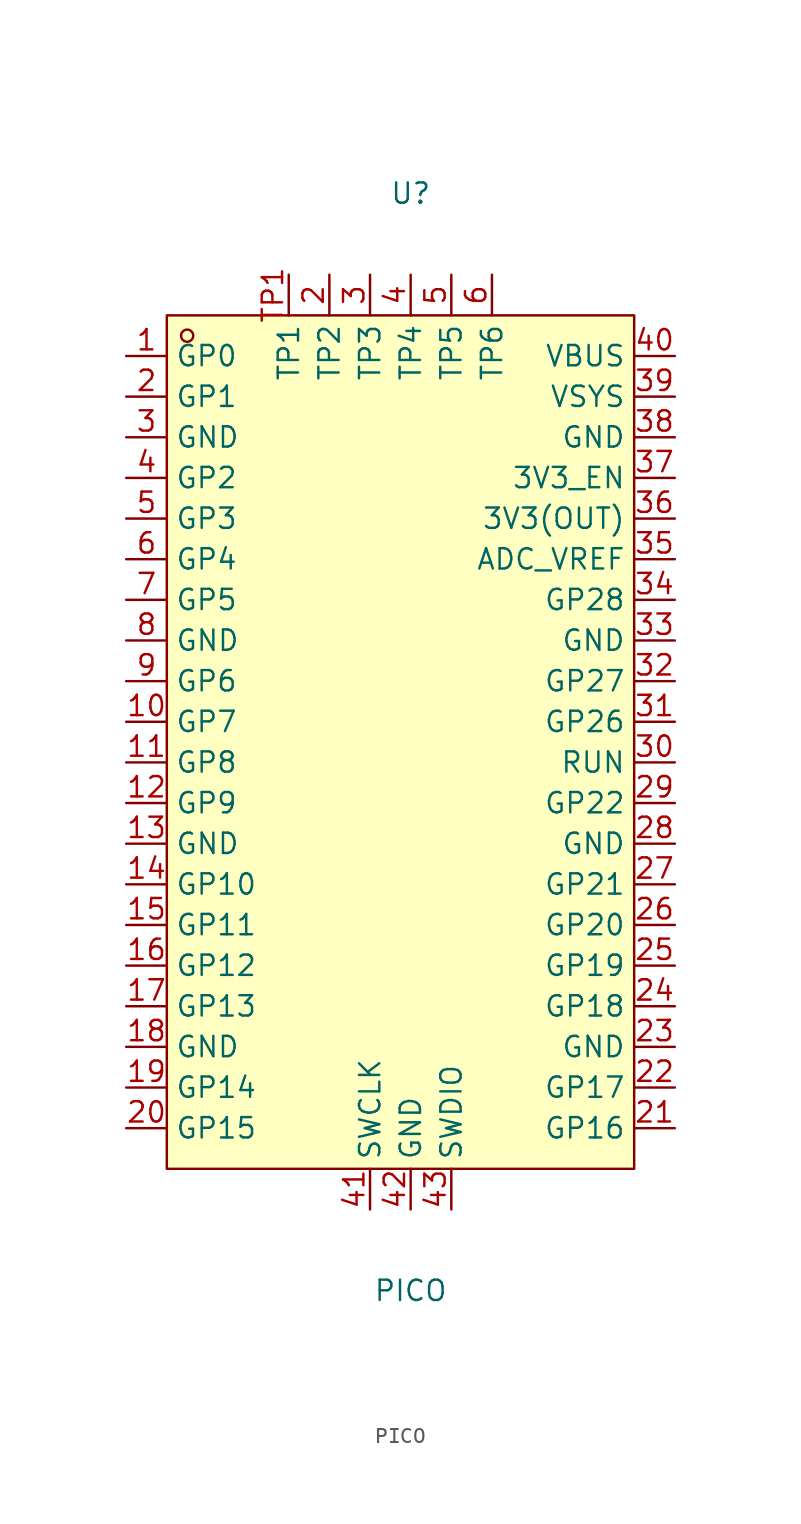
<source format=kicad_sym>
(kicad_symbol_lib
  (version 20211014)
  (generator https://github.com/uPesy/easyeda2kicad.py)
  (symbol "PICO"
    (property "Reference" "U"
      (at 0 34.29 0)
      (effects (font (size 1.27 1.27))))
    (property "Value" "PICO"
      (at 0 -34.29 0)
      (effects (font (size 1.27 1.27))))
    (symbol "PICO_0_1"
      (rectangle (start -15.24 26.67) (end 13.97 -26.67) (stroke (width 0) (type default) (color 0 0 0 0)) (fill (type background)))
      (circle (center -13.97 25.40) (radius 0.38) (stroke (width 0) (type default) (color 0 0 0 0)) (fill (type none)))
      (pin unspecified line (at -17.78 24.13 0) (length 2.54) (name "GP0" (effects (font (size 1.27 1.27)))) (number "1" (effects (font (size 1.27 1.27)))))
      (pin unspecified line (at -17.78 21.59 0) (length 2.54) (name "GP1" (effects (font (size 1.27 1.27)))) (number "2" (effects (font (size 1.27 1.27)))))
      (pin unspecified line (at -17.78 19.05 0) (length 2.54) (name "GND" (effects (font (size 1.27 1.27)))) (number "3" (effects (font (size 1.27 1.27)))))
      (pin unspecified line (at -17.78 16.51 0) (length 2.54) (name "GP2" (effects (font (size 1.27 1.27)))) (number "4" (effects (font (size 1.27 1.27)))))
      (pin unspecified line (at -17.78 13.97 0) (length 2.54) (name "GP3" (effects (font (size 1.27 1.27)))) (number "5" (effects (font (size 1.27 1.27)))))
      (pin unspecified line (at -17.78 11.43 0) (length 2.54) (name "GP4" (effects (font (size 1.27 1.27)))) (number "6" (effects (font (size 1.27 1.27)))))
      (pin unspecified line (at -17.78 8.89 0) (length 2.54) (name "GP5" (effects (font (size 1.27 1.27)))) (number "7" (effects (font (size 1.27 1.27)))))
      (pin unspecified line (at -17.78 6.35 0) (length 2.54) (name "GND" (effects (font (size 1.27 1.27)))) (number "8" (effects (font (size 1.27 1.27)))))
      (pin unspecified line (at -17.78 3.81 0) (length 2.54) (name "GP6" (effects (font (size 1.27 1.27)))) (number "9" (effects (font (size 1.27 1.27)))))
      (pin unspecified line (at -17.78 1.27 0) (length 2.54) (name "GP7" (effects (font (size 1.27 1.27)))) (number "10" (effects (font (size 1.27 1.27)))))
      (pin unspecified line (at -17.78 -1.27 0) (length 2.54) (name "GP8" (effects (font (size 1.27 1.27)))) (number "11" (effects (font (size 1.27 1.27)))))
      (pin unspecified line (at -17.78 -3.81 0) (length 2.54) (name "GP9" (effects (font (size 1.27 1.27)))) (number "12" (effects (font (size 1.27 1.27)))))
      (pin unspecified line (at -17.78 -6.35 0) (length 2.54) (name "GND" (effects (font (size 1.27 1.27)))) (number "13" (effects (font (size 1.27 1.27)))))
      (pin unspecified line (at -17.78 -8.89 0) (length 2.54) (name "GP10" (effects (font (size 1.27 1.27)))) (number "14" (effects (font (size 1.27 1.27)))))
      (pin unspecified line (at -17.78 -11.43 0) (length 2.54) (name "GP11" (effects (font (size 1.27 1.27)))) (number "15" (effects (font (size 1.27 1.27)))))
      (pin unspecified line (at -17.78 -13.97 0) (length 2.54) (name "GP12" (effects (font (size 1.27 1.27)))) (number "16" (effects (font (size 1.27 1.27)))))
      (pin unspecified line (at -17.78 -16.51 0) (length 2.54) (name "GP13" (effects (font (size 1.27 1.27)))) (number "17" (effects (font (size 1.27 1.27)))))
      (pin unspecified line (at -17.78 -19.05 0) (length 2.54) (name "GND" (effects (font (size 1.27 1.27)))) (number "18" (effects (font (size 1.27 1.27)))))
      (pin unspecified line (at -17.78 -21.59 0) (length 2.54) (name "GP14" (effects (font (size 1.27 1.27)))) (number "19" (effects (font (size 1.27 1.27)))))
      (pin unspecified line (at -17.78 -24.13 0) (length 2.54) (name "GP15" (effects (font (size 1.27 1.27)))) (number "20" (effects (font (size 1.27 1.27)))))
      (pin unspecified line (at 16.51 -24.13 180) (length 2.54) (name "GP16" (effects (font (size 1.27 1.27)))) (number "21" (effects (font (size 1.27 1.27)))))
      (pin unspecified line (at 16.51 -21.59 180) (length 2.54) (name "GP17" (effects (font (size 1.27 1.27)))) (number "22" (effects (font (size 1.27 1.27)))))
      (pin unspecified line (at 16.51 -19.05 180) (length 2.54) (name "GND" (effects (font (size 1.27 1.27)))) (number "23" (effects (font (size 1.27 1.27)))))
      (pin unspecified line (at 16.51 -16.51 180) (length 2.54) (name "GP18" (effects (font (size 1.27 1.27)))) (number "24" (effects (font (size 1.27 1.27)))))
      (pin unspecified line (at 16.51 -13.97 180) (length 2.54) (name "GP19" (effects (font (size 1.27 1.27)))) (number "25" (effects (font (size 1.27 1.27)))))
      (pin unspecified line (at 16.51 -11.43 180) (length 2.54) (name "GP20" (effects (font (size 1.27 1.27)))) (number "26" (effects (font (size 1.27 1.27)))))
      (pin unspecified line (at 16.51 -8.89 180) (length 2.54) (name "GP21" (effects (font (size 1.27 1.27)))) (number "27" (effects (font (size 1.27 1.27)))))
      (pin unspecified line (at 16.51 -6.35 180) (length 2.54) (name "GND" (effects (font (size 1.27 1.27)))) (number "28" (effects (font (size 1.27 1.27)))))
      (pin unspecified line (at 16.51 -3.81 180) (length 2.54) (name "GP22" (effects (font (size 1.27 1.27)))) (number "29" (effects (font (size 1.27 1.27)))))
      (pin unspecified line (at 16.51 -1.27 180) (length 2.54) (name "RUN" (effects (font (size 1.27 1.27)))) (number "30" (effects (font (size 1.27 1.27)))))
      (pin unspecified line (at 16.51 1.27 180) (length 2.54) (name "GP26" (effects (font (size 1.27 1.27)))) (number "31" (effects (font (size 1.27 1.27)))))
      (pin unspecified line (at 16.51 3.81 180) (length 2.54) (name "GP27" (effects (font (size 1.27 1.27)))) (number "32" (effects (font (size 1.27 1.27)))))
      (pin unspecified line (at 16.51 6.35 180) (length 2.54) (name "GND" (effects (font (size 1.27 1.27)))) (number "33" (effects (font (size 1.27 1.27)))))
      (pin unspecified line (at 16.51 8.89 180) (length 2.54) (name "GP28" (effects (font (size 1.27 1.27)))) (number "34" (effects (font (size 1.27 1.27)))))
      (pin unspecified line (at 16.51 11.43 180) (length 2.54) (name "ADC_VREF" (effects (font (size 1.27 1.27)))) (number "35" (effects (font (size 1.27 1.27)))))
      (pin unspecified line (at 16.51 13.97 180) (length 2.54) (name "3V3(OUT)" (effects (font (size 1.27 1.27)))) (number "36" (effects (font (size 1.27 1.27)))))
      (pin unspecified line (at 16.51 16.51 180) (length 2.54) (name "3V3_EN" (effects (font (size 1.27 1.27)))) (number "37" (effects (font (size 1.27 1.27)))))
      (pin unspecified line (at 16.51 19.05 180) (length 2.54) (name "GND" (effects (font (size 1.27 1.27)))) (number "38" (effects (font (size 1.27 1.27)))))
      (pin unspecified line (at 16.51 21.59 180) (length 2.54) (name "VSYS" (effects (font (size 1.27 1.27)))) (number "39" (effects (font (size 1.27 1.27)))))
      (pin unspecified line (at 16.51 24.13 180) (length 2.54) (name "VBUS" (effects (font (size 1.27 1.27)))) (number "40" (effects (font (size 1.27 1.27)))))
      (pin unspecified line (at -2.54 -29.21 90) (length 2.54) (name "SWCLK" (effects (font (size 1.27 1.27)))) (number "41" (effects (font (size 1.27 1.27)))))
      (pin unspecified line (at 0.00 -29.21 90) (length 2.54) (name "GND" (effects (font (size 1.27 1.27)))) (number "42" (effects (font (size 1.27 1.27)))))
      (pin unspecified line (at 2.54 -29.21 90) (length 2.54) (name "SWDIO" (effects (font (size 1.27 1.27)))) (number "43" (effects (font (size 1.27 1.27)))))
      (pin unspecified line (at -7.62 29.21 270) (length 2.54) (name "TP1" (effects (font (size 1.27 1.27)))) (number "TP1" (effects (font (size 1.27 1.27)))))
      (pin unspecified line (at -5.08 29.21 270) (length 2.54) (name "TP2" (effects (font (size 1.27 1.27)))) (number "2" (effects (font (size 1.27 1.27)))))
      (pin unspecified line (at -2.54 29.21 270) (length 2.54) (name "TP3" (effects (font (size 1.27 1.27)))) (number "3" (effects (font (size 1.27 1.27)))))
      (pin unspecified line (at 0.00 29.21 270) (length 2.54) (name "TP4" (effects (font (size 1.27 1.27)))) (number "4" (effects (font (size 1.27 1.27)))))
      (pin unspecified line (at 2.54 29.21 270) (length 2.54) (name "TP5" (effects (font (size 1.27 1.27)))) (number "5" (effects (font (size 1.27 1.27)))))
      (pin unspecified line (at 5.08 29.21 270) (length 2.54) (name "TP6" (effects (font (size 1.27 1.27)))) (number "6" (effects (font (size 1.27 1.27))))))))
</source>
